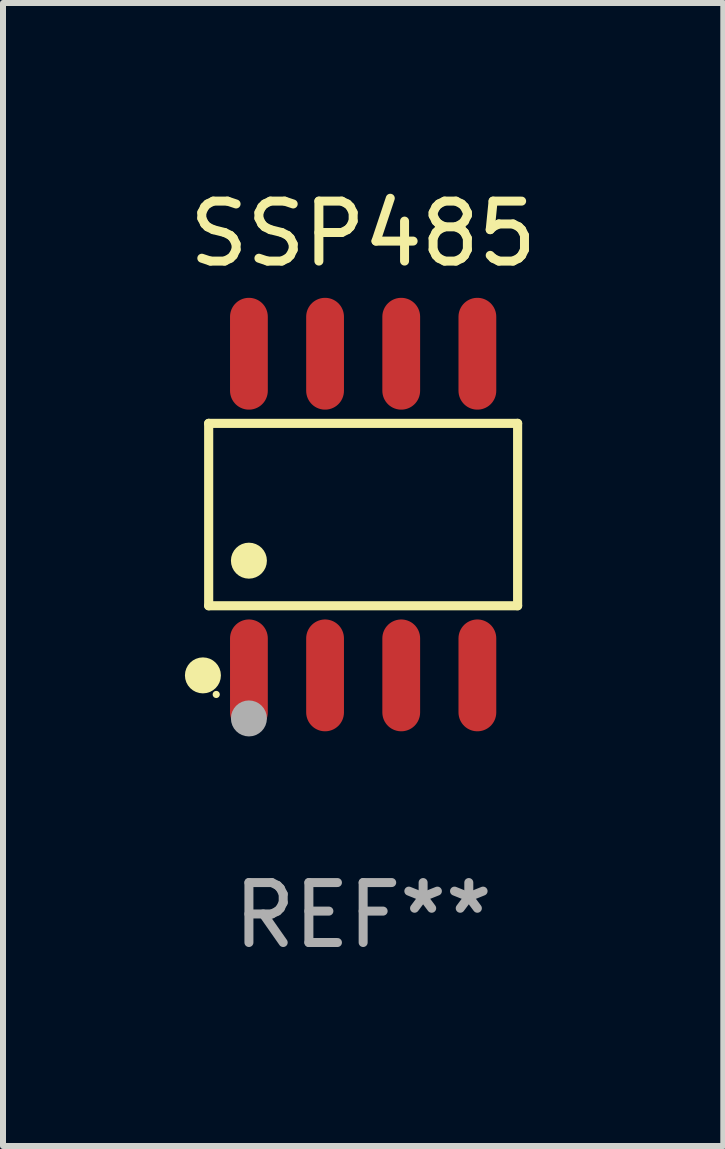
<source format=kicad_pcb>
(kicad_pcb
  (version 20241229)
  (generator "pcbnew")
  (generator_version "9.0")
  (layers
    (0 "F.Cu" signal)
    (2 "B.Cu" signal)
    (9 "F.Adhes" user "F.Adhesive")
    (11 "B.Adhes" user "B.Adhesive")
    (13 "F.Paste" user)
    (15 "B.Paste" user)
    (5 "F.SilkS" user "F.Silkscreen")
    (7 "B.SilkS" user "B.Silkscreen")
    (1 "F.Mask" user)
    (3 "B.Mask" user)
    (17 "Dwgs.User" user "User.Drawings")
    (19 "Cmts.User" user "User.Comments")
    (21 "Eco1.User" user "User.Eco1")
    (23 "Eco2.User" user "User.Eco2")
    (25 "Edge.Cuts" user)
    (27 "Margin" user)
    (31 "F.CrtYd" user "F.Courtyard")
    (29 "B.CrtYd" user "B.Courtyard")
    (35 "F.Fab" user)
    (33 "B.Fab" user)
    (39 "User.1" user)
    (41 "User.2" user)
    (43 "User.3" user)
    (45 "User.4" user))
  (footprint "SSP485"
    (layer "F.Cu")
    (at 3.006 5.531)
    (property "Reference" "SSP485" (at 0 -4.682 0) (layer "F.SilkS") (effects (font (size 1 1) (thickness 0.15))))
    (attr through_hole)
    (fp_line (start -2.576 -1.521) (end 2.576 -1.521) (stroke (width 0.152) (type solid)) (layer "F.SilkS"))
    (fp_line (start -2.576 1.521) (end -2.576 -1.521) (stroke (width 0.152) (type solid)) (layer "F.SilkS"))
    (fp_line (start 2.576 -1.521) (end 2.576 1.521) (stroke (width 0.152) (type solid)) (layer "F.SilkS"))
    (fp_line (start 2.576 1.521) (end -2.576 1.521) (stroke (width 0.152) (type solid)) (layer "F.SilkS"))
    (fp_circle (center -2.672 2.682) (end -2.522 2.682) (stroke (width 0.3) (type solid)) (fill no) (layer "F.SilkS"))
    (fp_circle (center -2.45 3) (end -2.42 3) (stroke (width 0.06) (type solid)) (fill no) (layer "F.SilkS"))
    (fp_circle (center -1.905 0.769) (end -1.755 0.769) (stroke (width 0.3) (type solid)) (fill no) (layer "F.SilkS"))
    (fp_circle (center -1.905 3.4) (end -1.755 3.4) (stroke (width 0.3) (type solid)) (fill no) (layer "F.Fab"))
    (fp_text user "REF**" (at 0 6.682 0) (layer "F.Fab") (effects (font (size 1 1) (thickness 0.15))))
    (pad "1" smd oval (at -1.905 2.682) (size 0.63 1.865) (layers "F.Cu" "F.Mask" "F.Paste"))
    (pad "2" smd oval (at -0.635 2.682) (size 0.63 1.865) (layers "F.Cu" "F.Mask" "F.Paste"))
    (pad "3" smd oval (at 0.635 2.682) (size 0.63 1.865) (layers "F.Cu" "F.Mask" "F.Paste"))
    (pad "4" smd oval (at 1.905 2.682) (size 0.63 1.865) (layers "F.Cu" "F.Mask" "F.Paste"))
    (pad "5" smd oval (at 1.905 -2.682) (size 0.63 1.865) (layers "F.Cu" "F.Mask" "F.Paste"))
    (pad "6" smd oval (at 0.635 -2.682) (size 0.63 1.865) (layers "F.Cu" "F.Mask" "F.Paste"))
    (pad "7" smd oval (at -0.635 -2.682) (size 0.63 1.865) (layers "F.Cu" "F.Mask" "F.Paste"))
    (pad "8" smd oval (at -1.905 -2.682) (size 0.63 1.865) (layers "F.Cu" "F.Mask" "F.Paste")))
  (gr_rect
    (start -3 -3)
    (end 9.012 16.061)
    (stroke (width 0.1) (type default))
    (fill no)
    (layer "Edge.Cuts")))
</source>
